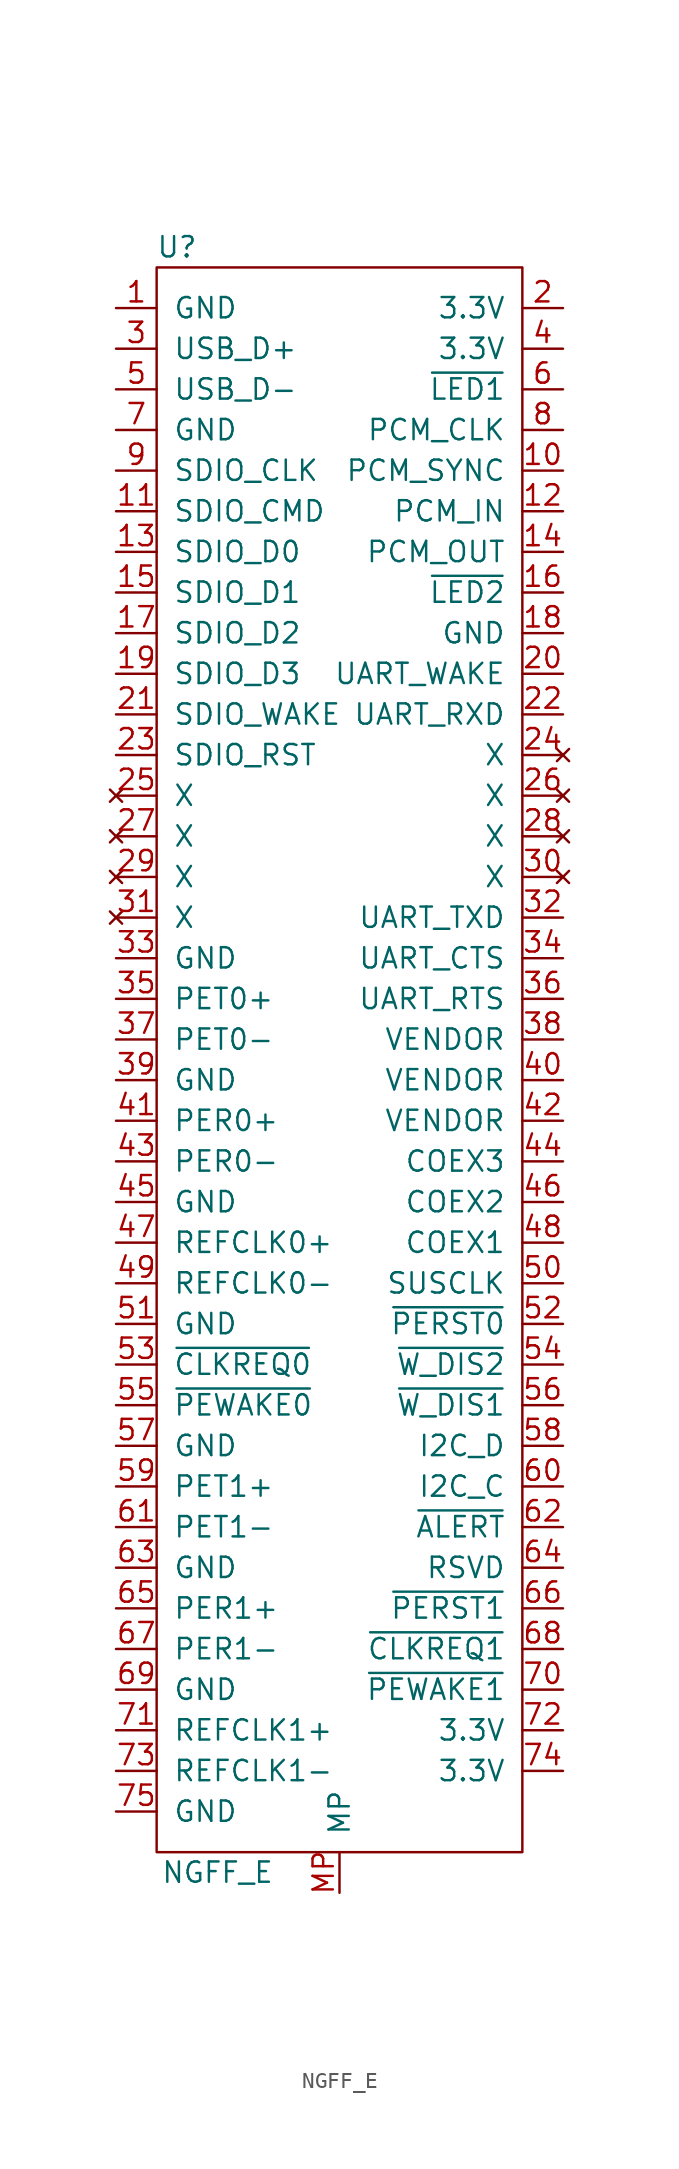
<source format=kicad_sym>
(kicad_symbol_lib
  (version 20211014)
  (generator kicad_symbol_editor)
  (symbol "NGFF_E"
    (pin_names
      (offset 1.016))
    (property "Reference" "U"
      (at -10.16 35.56 0)
      (effects (font (size 1.27 1.27))))
    (property "Value" "NGFF_E"
      (at -7.62 -66.04 0)
      (effects (font (size 1.27 1.27))))
    (symbol "NGFF_E_0_1"
      (rectangle (start -11.43 34.29) (end 11.43 -64.77) (stroke (width 0) (type default) (color 0 0 0 0)) (fill (type none))))
    (symbol "NGFF_E_1_1"
      (pin input line (at -13.97 31.75 0) (length 2.54) (name "GND" (effects (font (size 1.27 1.27)))) (number "1" (effects (font (size 1.27 1.27)))))
      (pin input line (at 13.97 21.59 180) (length 2.54) (name "PCM_SYNC" (effects (font (size 1.27 1.27)))) (number "10" (effects (font (size 1.27 1.27)))))
      (pin input line (at -13.97 19.05 0) (length 2.54) (name "SDIO_CMD" (effects (font (size 1.27 1.27)))) (number "11" (effects (font (size 1.27 1.27)))))
      (pin input line (at 13.97 19.05 180) (length 2.54) (name "PCM_IN" (effects (font (size 1.27 1.27)))) (number "12" (effects (font (size 1.27 1.27)))))
      (pin input line (at -13.97 16.51 0) (length 2.54) (name "SDIO_D0" (effects (font (size 1.27 1.27)))) (number "13" (effects (font (size 1.27 1.27)))))
      (pin input line (at 13.97 16.51 180) (length 2.54) (name "PCM_OUT" (effects (font (size 1.27 1.27)))) (number "14" (effects (font (size 1.27 1.27)))))
      (pin input line (at -13.97 13.97 0) (length 2.54) (name "SDIO_D1" (effects (font (size 1.27 1.27)))) (number "15" (effects (font (size 1.27 1.27)))))
      (pin input line (at 13.97 13.97 180) (length 2.54) (name "~{LED2}" (effects (font (size 1.27 1.27)))) (number "16" (effects (font (size 1.27 1.27)))))
      (pin input line (at -13.97 11.43 0) (length 2.54) (name "SDIO_D2" (effects (font (size 1.27 1.27)))) (number "17" (effects (font (size 1.27 1.27)))))
      (pin input line (at 13.97 11.43 180) (length 2.54) (name "GND" (effects (font (size 1.27 1.27)))) (number "18" (effects (font (size 1.27 1.27)))))
      (pin input line (at -13.97 8.89 0) (length 2.54) (name "SDIO_D3" (effects (font (size 1.27 1.27)))) (number "19" (effects (font (size 1.27 1.27)))))
      (pin input line (at 13.97 31.75 180) (length 2.54) (name "3.3V" (effects (font (size 1.27 1.27)))) (number "2" (effects (font (size 1.27 1.27)))))
      (pin input line (at 13.97 8.89 180) (length 2.54) (name "UART_WAKE" (effects (font (size 1.27 1.27)))) (number "20" (effects (font (size 1.27 1.27)))))
      (pin input line (at -13.97 6.35 0) (length 2.54) (name "SDIO_WAKE" (effects (font (size 1.27 1.27)))) (number "21" (effects (font (size 1.27 1.27)))))
      (pin input line (at 13.97 6.35 180) (length 2.54) (name "UART_RXD" (effects (font (size 1.27 1.27)))) (number "22" (effects (font (size 1.27 1.27)))))
      (pin input line (at -13.97 3.81 0) (length 2.54) (name "SDIO_RST" (effects (font (size 1.27 1.27)))) (number "23" (effects (font (size 1.27 1.27)))))
      (pin no_connect line (at 13.97 3.81 180) (length 2.54) (name "X" (effects (font (size 1.27 1.27)))) (number "24" (effects (font (size 1.27 1.27)))))
      (pin no_connect line (at -13.97 1.27 0) (length 2.54) (name "X" (effects (font (size 1.27 1.27)))) (number "25" (effects (font (size 1.27 1.27)))))
      (pin no_connect line (at 13.97 1.27 180) (length 2.54) (name "X" (effects (font (size 1.27 1.27)))) (number "26" (effects (font (size 1.27 1.27)))))
      (pin no_connect line (at -13.97 -1.27 0) (length 2.54) (name "X" (effects (font (size 1.27 1.27)))) (number "27" (effects (font (size 1.27 1.27)))))
      (pin no_connect line (at 13.97 -1.27 180) (length 2.54) (name "X" (effects (font (size 1.27 1.27)))) (number "28" (effects (font (size 1.27 1.27)))))
      (pin no_connect line (at -13.97 -3.81 0) (length 2.54) (name "X" (effects (font (size 1.27 1.27)))) (number "29" (effects (font (size 1.27 1.27)))))
      (pin input line (at -13.97 29.21 0) (length 2.54) (name "USB_D+" (effects (font (size 1.27 1.27)))) (number "3" (effects (font (size 1.27 1.27)))))
      (pin no_connect line (at 13.97 -3.81 180) (length 2.54) (name "X" (effects (font (size 1.27 1.27)))) (number "30" (effects (font (size 1.27 1.27)))))
      (pin no_connect line (at -13.97 -6.35 0) (length 2.54) (name "X" (effects (font (size 1.27 1.27)))) (number "31" (effects (font (size 1.27 1.27)))))
      (pin input line (at 13.97 -6.35 180) (length 2.54) (name "UART_TXD" (effects (font (size 1.27 1.27)))) (number "32" (effects (font (size 1.27 1.27)))))
      (pin input line (at -13.97 -8.89 0) (length 2.54) (name "GND" (effects (font (size 1.27 1.27)))) (number "33" (effects (font (size 1.27 1.27)))))
      (pin input line (at 13.97 -8.89 180) (length 2.54) (name "UART_CTS" (effects (font (size 1.27 1.27)))) (number "34" (effects (font (size 1.27 1.27)))))
      (pin input line (at -13.97 -11.43 0) (length 2.54) (name "PET0+" (effects (font (size 1.27 1.27)))) (number "35" (effects (font (size 1.27 1.27)))))
      (pin input line (at 13.97 -11.43 180) (length 2.54) (name "UART_RTS" (effects (font (size 1.27 1.27)))) (number "36" (effects (font (size 1.27 1.27)))))
      (pin input line (at -13.97 -13.97 0) (length 2.54) (name "PET0-" (effects (font (size 1.27 1.27)))) (number "37" (effects (font (size 1.27 1.27)))))
      (pin input line (at 13.97 -13.97 180) (length 2.54) (name "VENDOR" (effects (font (size 1.27 1.27)))) (number "38" (effects (font (size 1.27 1.27)))))
      (pin input line (at -13.97 -16.51 0) (length 2.54) (name "GND" (effects (font (size 1.27 1.27)))) (number "39" (effects (font (size 1.27 1.27)))))
      (pin input line (at 13.97 29.21 180) (length 2.54) (name "3.3V" (effects (font (size 1.27 1.27)))) (number "4" (effects (font (size 1.27 1.27)))))
      (pin input line (at 13.97 -16.51 180) (length 2.54) (name "VENDOR" (effects (font (size 1.27 1.27)))) (number "40" (effects (font (size 1.27 1.27)))))
      (pin input line (at -13.97 -19.05 0) (length 2.54) (name "PER0+" (effects (font (size 1.27 1.27)))) (number "41" (effects (font (size 1.27 1.27)))))
      (pin input line (at 13.97 -19.05 180) (length 2.54) (name "VENDOR" (effects (font (size 1.27 1.27)))) (number "42" (effects (font (size 1.27 1.27)))))
      (pin input line (at -13.97 -21.59 0) (length 2.54) (name "PER0-" (effects (font (size 1.27 1.27)))) (number "43" (effects (font (size 1.27 1.27)))))
      (pin input line (at 13.97 -21.59 180) (length 2.54) (name "COEX3" (effects (font (size 1.27 1.27)))) (number "44" (effects (font (size 1.27 1.27)))))
      (pin input line (at -13.97 -24.13 0) (length 2.54) (name "GND" (effects (font (size 1.27 1.27)))) (number "45" (effects (font (size 1.27 1.27)))))
      (pin input line (at 13.97 -24.13 180) (length 2.54) (name "COEX2" (effects (font (size 1.27 1.27)))) (number "46" (effects (font (size 1.27 1.27)))))
      (pin input line (at -13.97 -26.67 0) (length 2.54) (name "REFCLK0+" (effects (font (size 1.27 1.27)))) (number "47" (effects (font (size 1.27 1.27)))))
      (pin input line (at 13.97 -26.67 180) (length 2.54) (name "COEX1" (effects (font (size 1.27 1.27)))) (number "48" (effects (font (size 1.27 1.27)))))
      (pin input line (at -13.97 -29.21 0) (length 2.54) (name "REFCLK0-" (effects (font (size 1.27 1.27)))) (number "49" (effects (font (size 1.27 1.27)))))
      (pin input line (at -13.97 26.67 0) (length 2.54) (name "USB_D-" (effects (font (size 1.27 1.27)))) (number "5" (effects (font (size 1.27 1.27)))))
      (pin input line (at 13.97 -29.21 180) (length 2.54) (name "SUSCLK" (effects (font (size 1.27 1.27)))) (number "50" (effects (font (size 1.27 1.27)))))
      (pin input line (at -13.97 -31.75 0) (length 2.54) (name "GND" (effects (font (size 1.27 1.27)))) (number "51" (effects (font (size 1.27 1.27)))))
      (pin input line (at 13.97 -31.75 180) (length 2.54) (name "~{PERST0}" (effects (font (size 1.27 1.27)))) (number "52" (effects (font (size 1.27 1.27)))))
      (pin input line (at -13.97 -34.29 0) (length 2.54) (name "~{CLKREQ0}" (effects (font (size 1.27 1.27)))) (number "53" (effects (font (size 1.27 1.27)))))
      (pin input line (at 13.97 -34.29 180) (length 2.54) (name "~{W_DIS2}" (effects (font (size 1.27 1.27)))) (number "54" (effects (font (size 1.27 1.27)))))
      (pin input line (at -13.97 -36.83 0) (length 2.54) (name "~{PEWAKE0}" (effects (font (size 1.27 1.27)))) (number "55" (effects (font (size 1.27 1.27)))))
      (pin input line (at 13.97 -36.83 180) (length 2.54) (name "~{W_DIS1}" (effects (font (size 1.27 1.27)))) (number "56" (effects (font (size 1.27 1.27)))))
      (pin input line (at -13.97 -39.37 0) (length 2.54) (name "GND" (effects (font (size 1.27 1.27)))) (number "57" (effects (font (size 1.27 1.27)))))
      (pin input line (at 13.97 -39.37 180) (length 2.54) (name "I2C_D" (effects (font (size 1.27 1.27)))) (number "58" (effects (font (size 1.27 1.27)))))
      (pin input line (at -13.97 -41.91 0) (length 2.54) (name "PET1+" (effects (font (size 1.27 1.27)))) (number "59" (effects (font (size 1.27 1.27)))))
      (pin input line (at 13.97 26.67 180) (length 2.54) (name "~{LED1}" (effects (font (size 1.27 1.27)))) (number "6" (effects (font (size 1.27 1.27)))))
      (pin input line (at 13.97 -41.91 180) (length 2.54) (name "I2C_C" (effects (font (size 1.27 1.27)))) (number "60" (effects (font (size 1.27 1.27)))))
      (pin input line (at -13.97 -44.45 0) (length 2.54) (name "PET1-" (effects (font (size 1.27 1.27)))) (number "61" (effects (font (size 1.27 1.27)))))
      (pin input line (at 13.97 -44.45 180) (length 2.54) (name "~{ALERT}" (effects (font (size 1.27 1.27)))) (number "62" (effects (font (size 1.27 1.27)))))
      (pin input line (at -13.97 -46.99 0) (length 2.54) (name "GND" (effects (font (size 1.27 1.27)))) (number "63" (effects (font (size 1.27 1.27)))))
      (pin input line (at 13.97 -46.99 180) (length 2.54) (name "RSVD" (effects (font (size 1.27 1.27)))) (number "64" (effects (font (size 1.27 1.27)))))
      (pin input line (at -13.97 -49.53 0) (length 2.54) (name "PER1+" (effects (font (size 1.27 1.27)))) (number "65" (effects (font (size 1.27 1.27)))))
      (pin input line (at 13.97 -49.53 180) (length 2.54) (name "~{PERST1}" (effects (font (size 1.27 1.27)))) (number "66" (effects (font (size 1.27 1.27)))))
      (pin input line (at -13.97 -52.07 0) (length 2.54) (name "PER1-" (effects (font (size 1.27 1.27)))) (number "67" (effects (font (size 1.27 1.27)))))
      (pin input line (at 13.97 -52.07 180) (length 2.54) (name "~{CLKREQ1}" (effects (font (size 1.27 1.27)))) (number "68" (effects (font (size 1.27 1.27)))))
      (pin input line (at -13.97 -54.61 0) (length 2.54) (name "GND" (effects (font (size 1.27 1.27)))) (number "69" (effects (font (size 1.27 1.27)))))
      (pin input line (at -13.97 24.13 0) (length 2.54) (name "GND" (effects (font (size 1.27 1.27)))) (number "7" (effects (font (size 1.27 1.27)))))
      (pin input line (at 13.97 -54.61 180) (length 2.54) (name "~{PEWAKE1}" (effects (font (size 1.27 1.27)))) (number "70" (effects (font (size 1.27 1.27)))))
      (pin input line (at -13.97 -57.15 0) (length 2.54) (name "REFCLK1+" (effects (font (size 1.27 1.27)))) (number "71" (effects (font (size 1.27 1.27)))))
      (pin input line (at 13.97 -57.15 180) (length 2.54) (name "3.3V" (effects (font (size 1.27 1.27)))) (number "72" (effects (font (size 1.27 1.27)))))
      (pin input line (at -13.97 -59.69 0) (length 2.54) (name "REFCLK1-" (effects (font (size 1.27 1.27)))) (number "73" (effects (font (size 1.27 1.27)))))
      (pin input line (at 13.97 -59.69 180) (length 2.54) (name "3.3V" (effects (font (size 1.27 1.27)))) (number "74" (effects (font (size 1.27 1.27)))))
      (pin input line (at -13.97 -62.23 0) (length 2.54) (name "GND" (effects (font (size 1.27 1.27)))) (number "75" (effects (font (size 1.27 1.27)))))
      (pin input line (at 13.97 24.13 180) (length 2.54) (name "PCM_CLK" (effects (font (size 1.27 1.27)))) (number "8" (effects (font (size 1.27 1.27)))))
      (pin input line (at -13.97 21.59 0) (length 2.54) (name "SDIO_CLK" (effects (font (size 1.27 1.27)))) (number "9" (effects (font (size 1.27 1.27)))))
      (pin input line (at 0 -67.31 90) (length 2.54) (name "MP" (effects (font (size 1.27 1.27)))) (number "MP" (effects (font (size 1.27 1.27))))))))
</source>
